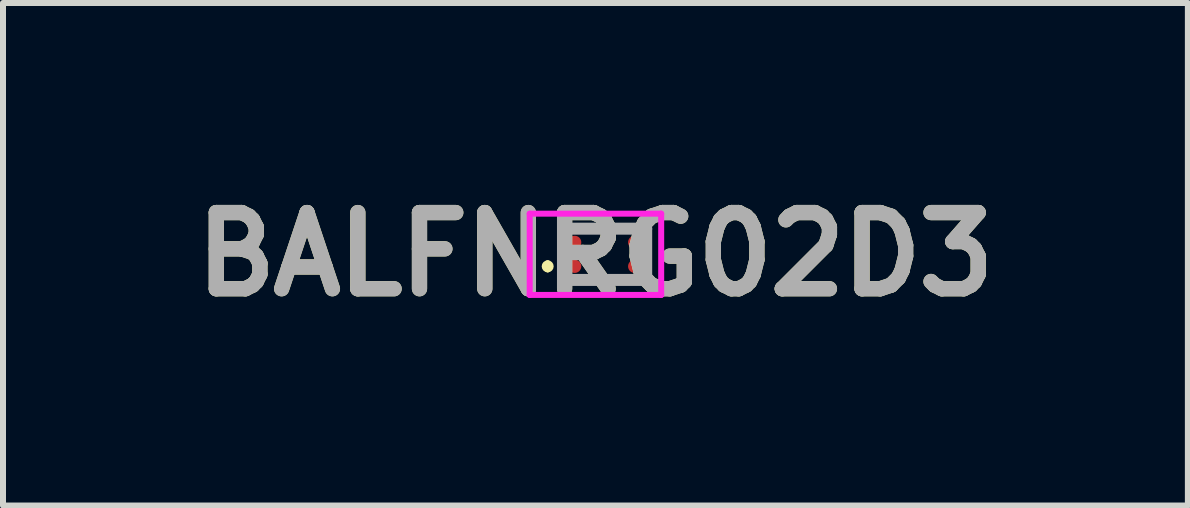
<source format=kicad_pcb>
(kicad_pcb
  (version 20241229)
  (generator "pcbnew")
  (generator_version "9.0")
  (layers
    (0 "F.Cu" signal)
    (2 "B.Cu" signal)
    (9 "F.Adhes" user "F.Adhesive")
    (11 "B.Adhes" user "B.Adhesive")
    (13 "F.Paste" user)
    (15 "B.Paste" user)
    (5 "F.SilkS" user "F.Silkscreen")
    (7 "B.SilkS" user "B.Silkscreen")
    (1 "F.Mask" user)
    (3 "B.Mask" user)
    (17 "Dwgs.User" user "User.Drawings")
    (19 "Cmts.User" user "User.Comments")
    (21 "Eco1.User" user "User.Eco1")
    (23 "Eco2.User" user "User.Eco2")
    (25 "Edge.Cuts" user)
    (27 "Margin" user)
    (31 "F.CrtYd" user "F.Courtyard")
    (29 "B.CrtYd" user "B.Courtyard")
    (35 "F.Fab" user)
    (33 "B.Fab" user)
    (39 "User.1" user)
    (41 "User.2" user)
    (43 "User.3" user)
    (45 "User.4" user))
  (footprint "BALFNRG02D3"
    (layer "F.Cu")
    (at 7.03 1.19)
    (property "Reference" "BALFNRG02D3" (at -0.154 -0.001 0) (layer "F.SilkS") (effects (font (size 1.27 1.27) (thickness 0.254))))
    (attr smd)
    (fp_line (start -0.95 0.15) (end -0.95 0.15) (stroke (width 0.1) (type solid)) (layer "F.SilkS"))
    (fp_line (start -0.95 0.25) (end -0.95 0.25) (stroke (width 0.1) (type solid)) (layer "F.SilkS"))
    (fp_line (start -0.3 -0.428) (end 0.3 -0.428) (stroke (width 0.1) (type solid)) (layer "F.SilkS"))
    (fp_line (start -0.3 0.427) (end 0.3 0.427) (stroke (width 0.1) (type solid)) (layer "F.SilkS"))
    (fp_arc (start -0.95 0.15) (mid -0.9 0.2) (end -0.95 0.25) (stroke (width 0.1) (type solid)) (layer "F.SilkS"))
    (fp_arc (start -0.95 0.25) (mid -1 0.2) (end -0.95 0.15) (stroke (width 0.1) (type solid)) (layer "F.SilkS"))
    (fp_line (start -1.25 -0.678) (end 0.942 -0.678) (stroke (width 0.1) (type solid)) (layer "F.CrtYd"))
    (fp_line (start -1.25 0.677) (end -1.25 -0.678) (stroke (width 0.1) (type solid)) (layer "F.CrtYd"))
    (fp_line (start 0.942 -0.678) (end 0.942 0.677) (stroke (width 0.1) (type solid)) (layer "F.CrtYd"))
    (fp_line (start 0.942 0.677) (end -1.25 0.677) (stroke (width 0.1) (type solid)) (layer "F.CrtYd"))
    (fp_line (start -0.692 -0.428) (end 0.692 -0.428) (stroke (width 0.2) (type solid)) (layer "F.Fab"))
    (fp_line (start -0.692 0.427) (end -0.692 -0.428) (stroke (width 0.2) (type solid)) (layer "F.Fab"))
    (fp_line (start 0.692 -0.428) (end 0.692 0.427) (stroke (width 0.2) (type solid)) (layer "F.Fab"))
    (fp_line (start 0.692 0.427) (end -0.692 0.427) (stroke (width 0.2) (type solid)) (layer "F.Fab"))
    (fp_text user "${REFERENCE}" (at -0.154 -0.001 0) (layer "F.Fab") (effects (font (size 1.27 1.27) (thickness 0.254))))
    (pad "A1" smd circle (at -0.5 0.2 90) (size 0.22 0.22) (layers "F.Cu" "F.Mask" "F.Paste"))
    (pad "A2" smd circle (at -0.5 -0.2 90) (size 0.22 0.22) (layers "F.Cu" "F.Mask" "F.Paste"))
    (pad "B1" smd circle (at 0.5 0.2 90) (size 0.22 0.22) (layers "F.Cu" "F.Mask" "F.Paste"))
    (pad "B2" smd circle (at 0.5 -0.2 90) (size 0.22 0.22) (layers "F.Cu" "F.Mask" "F.Paste")))
  (gr_rect
    (start -3 -3)
    (end 16.752 5.377)
    (stroke (width 0.1) (type default))
    (fill no)
    (layer "Edge.Cuts")))
</source>
